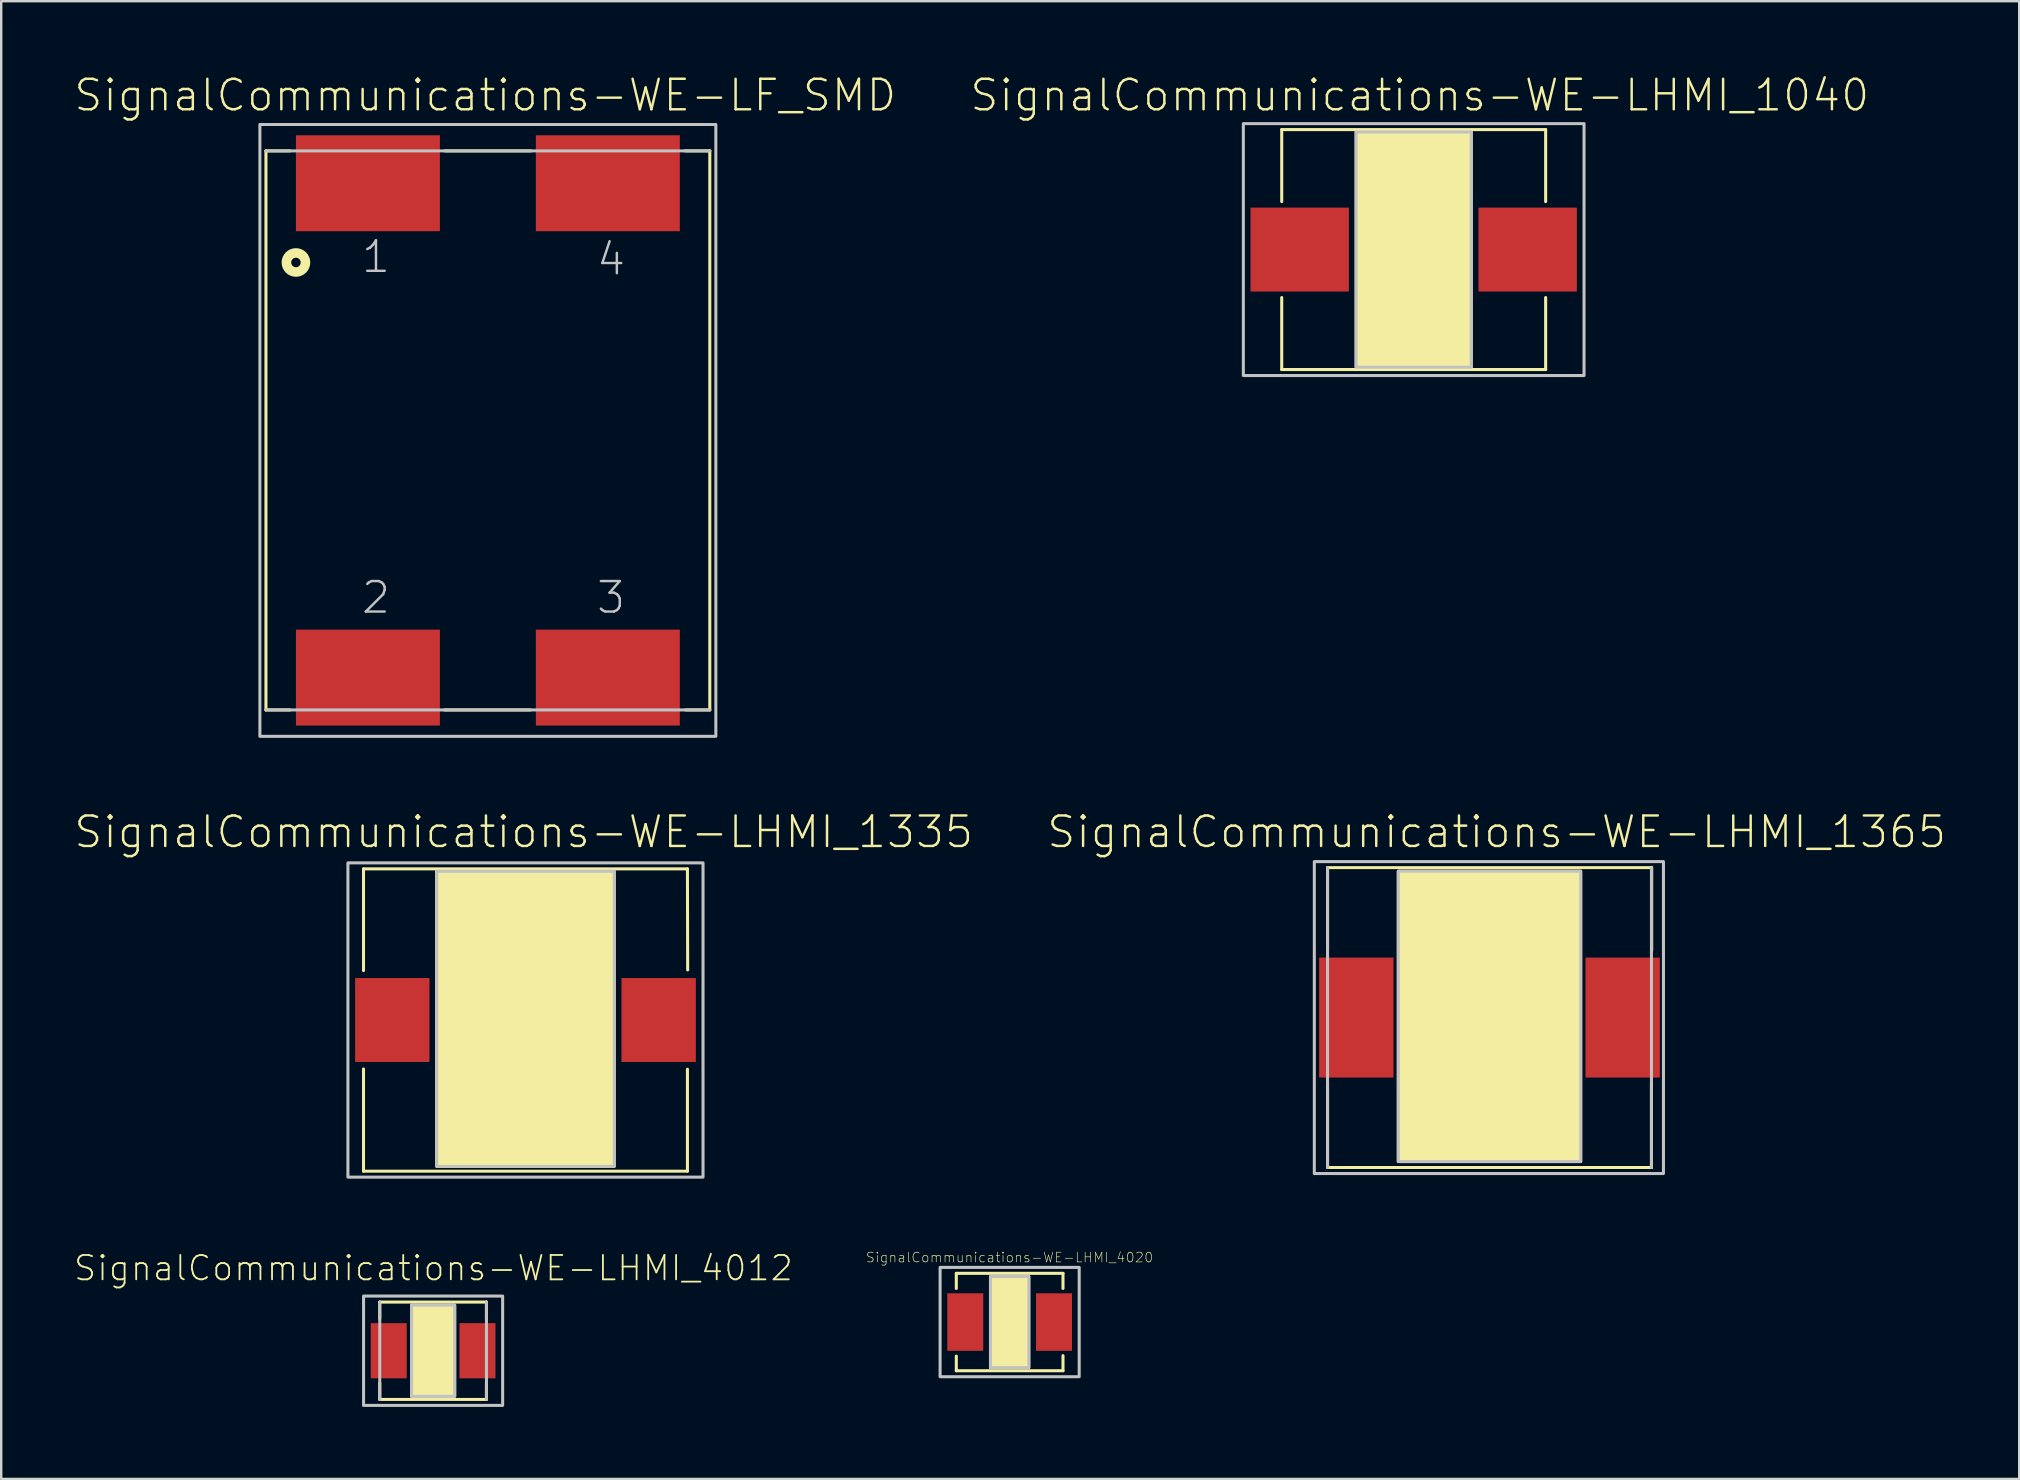
<source format=kicad_pcb>
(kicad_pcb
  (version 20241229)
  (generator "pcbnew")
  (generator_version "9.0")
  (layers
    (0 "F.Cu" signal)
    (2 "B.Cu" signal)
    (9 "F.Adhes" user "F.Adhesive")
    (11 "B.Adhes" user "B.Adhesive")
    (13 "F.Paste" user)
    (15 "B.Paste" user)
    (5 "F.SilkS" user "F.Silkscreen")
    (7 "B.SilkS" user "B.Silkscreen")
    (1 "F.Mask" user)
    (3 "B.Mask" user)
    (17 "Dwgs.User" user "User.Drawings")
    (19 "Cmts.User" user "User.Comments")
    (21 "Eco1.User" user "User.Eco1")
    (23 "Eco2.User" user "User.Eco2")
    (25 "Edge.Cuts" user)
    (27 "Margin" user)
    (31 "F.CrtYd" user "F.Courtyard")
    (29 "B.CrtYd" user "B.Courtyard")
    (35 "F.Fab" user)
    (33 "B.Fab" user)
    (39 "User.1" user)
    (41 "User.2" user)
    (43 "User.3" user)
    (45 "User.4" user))
  (footprint "SignalCommunications-WE-LHMI_1365"
    (layer "F.Cu")
    (at 59.019 39.353)
    (property "Reference" "SignalCommunications-WE-LHMI_1365" (at 0.3 -7.734 0) (layer "F.SilkS") (effects (font (size 1.27 1.27) (thickness 0.102))))
    (attr smd)
    (fp_line (start -6.749 -6.248) (end 6.749 -6.248) (stroke (width 0.127) (type solid)) (layer "F.SilkS"))
    (fp_line (start -6.749 -2.84) (end -6.749 -6.248) (stroke (width 0.127) (type solid)) (layer "F.SilkS"))
    (fp_line (start -6.749 2.728) (end -6.749 6.248) (stroke (width 0.127) (type solid)) (layer "F.SilkS"))
    (fp_line (start 6.749 2.748) (end 6.749 6.248) (stroke (width 0.127) (type solid)) (layer "F.SilkS"))
    (fp_line (start 6.749 6.248) (end -6.749 6.248) (stroke (width 0.127) (type solid)) (layer "F.SilkS"))
    (fp_line (start 6.759 -2.789) (end 6.759 -6.259) (stroke (width 0.127) (type solid)) (layer "F.SilkS"))
    (fp_poly (pts (xy -3.8 -6.099) (xy 3.8 -6.099) (xy 3.8 5.999) (xy -3.8 5.999) (xy -3.8 -6.099)) (stroke (width 0.127) (type solid)) (fill yes) (layer "F.SilkS"))
    (fp_line (start -6.749 6.248) (end -6.749 -6.248) (stroke (width 0.127) (type solid)) (layer "Dwgs.User"))
    (fp_line (start 6.749 -6.248) (end 6.749 6.248) (stroke (width 0.127) (type solid)) (layer "Dwgs.User"))
    (fp_poly (pts (xy -7.3 -6.5) (xy 7.249 -6.5) (xy 7.249 6.5) (xy -7.3 6.5) (xy -7.3 -6.5)) (stroke (width 0.127) (type solid)) (fill no) (layer "Dwgs.User"))
    (fp_poly (pts (xy -3.8 -6.099) (xy 3.8 -6.099) (xy 3.8 5.999) (xy -3.8 5.999) (xy -3.8 -6.099)) (stroke (width 0.127) (type solid)) (fill no) (layer "Dwgs.User"))
    (pad "1" smd rect (at -5.55 0) (size 3.099 4.999) (layers "F.Cu" "F.Mask" "F.Paste"))
    (pad "2" smd rect (at 5.55 0) (size 3.099 4.999) (layers "F.Cu" "F.Mask" "F.Paste")))
  (footprint "SignalCommunications-WE-LHMI_4012"
    (layer "F.Cu")
    (at 14.998 53.237)
    (property "Reference" "SignalCommunications-WE-LHMI_4012" (at 0.013 -3.442 0) (layer "F.SilkS") (effects (font (size 1.016 1.016) (thickness 0.076))))
    (attr smd)
    (fp_line (start -2.223 -1.339) (end -2.223 -2.029) (stroke (width 0.127) (type solid)) (layer "F.SilkS"))
    (fp_line (start -2.223 1.339) (end -2.223 2.029) (stroke (width 0.127) (type solid)) (layer "F.SilkS"))
    (fp_line (start -2.223 2.029) (end 2.223 2.029) (stroke (width 0.127) (type solid)) (layer "F.SilkS"))
    (fp_line (start 2.223 -2.029) (end -2.223 -2.029) (stroke (width 0.127) (type solid)) (layer "F.SilkS"))
    (fp_line (start 2.223 -1.339) (end 2.223 -2.029) (stroke (width 0.127) (type solid)) (layer "F.SilkS"))
    (fp_line (start 2.223 1.339) (end 2.223 2.029) (stroke (width 0.127) (type solid)) (layer "F.SilkS"))
    (fp_poly (pts (xy -0.899 -1.9) (xy 0.899 -1.9) (xy 0.899 1.9) (xy -0.899 1.9) (xy -0.899 -1.9)) (stroke (width 0.127) (type solid)) (fill yes) (layer "F.SilkS"))
    (fp_line (start -2.223 -2.029) (end -2.223 2.029) (stroke (width 0.127) (type solid)) (layer "Dwgs.User"))
    (fp_line (start 2.223 2.029) (end 2.223 -2.029) (stroke (width 0.127) (type solid)) (layer "Dwgs.User"))
    (fp_poly (pts (xy -2.898 -2.278) (xy 2.898 -2.278) (xy 2.898 2.278) (xy -2.898 2.278) (xy -2.898 -2.278)) (stroke (width 0.127) (type solid)) (fill no) (layer "Dwgs.User"))
    (fp_poly (pts (xy -0.899 -1.9) (xy 0.899 -1.9) (xy 0.899 1.9) (xy -0.899 1.9) (xy -0.899 -1.9)) (stroke (width 0.127) (type solid)) (fill no) (layer "Dwgs.User"))
    (pad "1" smd rect (at -1.849 0) (size 1.499 2.299) (layers "F.Cu" "F.Mask" "F.Paste"))
    (pad "2" smd rect (at 1.849 0) (size 1.499 2.299) (layers "F.Cu" "F.Mask" "F.Paste")))
  (footprint "SignalCommunications-WE-LHMI_1040"
    (layer "F.Cu")
    (at 55.86 7.35)
    (property "Reference" "SignalCommunications-WE-LHMI_1040" (at 0.254 -6.429 0) (layer "F.SilkS") (effects (font (size 1.27 1.27) (thickness 0.102))))
    (attr smd)
    (fp_line (start -5.499 -4.999) (end 5.499 -4.999) (stroke (width 0.127) (type solid)) (layer "F.SilkS"))
    (fp_line (start -5.499 -1.999) (end -5.499 -4.999) (stroke (width 0.127) (type solid)) (layer "F.SilkS"))
    (fp_line (start -5.499 1.999) (end -5.499 4.999) (stroke (width 0.127) (type solid)) (layer "F.SilkS"))
    (fp_line (start -5.499 4.999) (end 5.499 4.999) (stroke (width 0.127) (type solid)) (layer "F.SilkS"))
    (fp_line (start 5.499 -4.999) (end 5.499 -1.999) (stroke (width 0.127) (type solid)) (layer "F.SilkS"))
    (fp_line (start 5.499 4.999) (end 5.499 1.999) (stroke (width 0.127) (type solid)) (layer "F.SilkS"))
    (fp_poly (pts (xy -2.398 -4.9) (xy 2.398 -4.9) (xy 2.398 4.9) (xy -2.398 4.9) (xy -2.398 -4.9)) (stroke (width 0.127) (type solid)) (fill yes) (layer "F.SilkS"))
    (fp_poly (pts (xy -7.099 -5.248) (xy 7.099 -5.248) (xy 7.099 5.248) (xy -7.099 5.248) (xy -7.099 -5.248)) (stroke (width 0.127) (type solid)) (fill no) (layer "Dwgs.User"))
    (fp_poly (pts (xy -2.398 -4.9) (xy 2.398 -4.9) (xy 2.398 4.9) (xy -2.398 4.9) (xy -2.398 -4.9)) (stroke (width 0.127) (type solid)) (fill no) (layer "Dwgs.User"))
    (pad "1" smd rect (at -4.75 0) (size 4.1 3.498) (layers "F.Cu" "F.Mask" "F.Paste"))
    (pad "2" smd rect (at 4.75 0) (size 4.1 3.498) (layers "F.Cu" "F.Mask" "F.Paste")))
  (footprint "SignalCommunications-WE-LF_SMD"
    (layer "F.Cu")
    (at 17.28 14.886)
    (property "Reference" "SignalCommunications-WE-LF_SMD" (at -0.109 -13.965 0) (layer "F.SilkS") (effects (font (size 1.27 1.27) (thickness 0.102))))
    (attr smd)
    (fp_line (start -9.248 -11.648) (end -9.248 11.648) (stroke (width 0.127) (type solid)) (layer "F.SilkS"))
    (fp_line (start -8.24 -11.648) (end -9.248 -11.648) (stroke (width 0.127) (type solid)) (layer "F.SilkS"))
    (fp_line (start -8.24 11.648) (end -9.248 11.648) (stroke (width 0.127) (type solid)) (layer "F.SilkS"))
    (fp_line (start -1.808 11.648) (end 1.778 11.648) (stroke (width 0.127) (type solid)) (layer "F.SilkS"))
    (fp_line (start -1.788 -11.648) (end 1.798 -11.648) (stroke (width 0.127) (type solid)) (layer "F.SilkS"))
    (fp_line (start 8.219 -11.648) (end 9.248 -11.648) (stroke (width 0.127) (type solid)) (layer "F.SilkS"))
    (fp_line (start 8.24 11.648) (end 9.248 11.648) (stroke (width 0.127) (type solid)) (layer "F.SilkS"))
    (fp_line (start 9.248 -11.648) (end 9.248 11.648) (stroke (width 0.127) (type solid)) (layer "F.SilkS"))
    (fp_circle (center -7.998 -6.998) (end -7.998 -7.196) (stroke (width 0.399) (type solid)) (fill no) (layer "F.SilkS"))
    (fp_line (start 9.248 -11.648) (end -9.248 -11.648) (stroke (width 0.127) (type solid)) (layer "Dwgs.User"))
    (fp_line (start 9.248 11.648) (end -9.248 11.648) (stroke (width 0.127) (type solid)) (layer "Dwgs.User"))
    (fp_poly (pts (xy -9.5 -12.748) (xy 9.5 -12.748) (xy 9.5 12.748) (xy -9.5 12.748) (xy -9.5 -12.748)) (stroke (width 0.127) (type solid)) (fill no) (layer "Dwgs.User"))
    (fp_text user "2" (at -4.663 6.965 0) (layer "Dwgs.User") (effects (font (size 1.27 1.27) (thickness 0.102))))
    (fp_text user "3" (at 5.133 6.965 0) (layer "Dwgs.User") (effects (font (size 1.27 1.27) (thickness 0.102))))
    (fp_text user "1" (at -4.663 -7.234 0) (layer "Dwgs.User") (effects (font (size 1.27 1.27) (thickness 0.102))))
    (fp_text user "4" (at 5.133 -7.135 0) (layer "Dwgs.User") (effects (font (size 1.27 1.27) (thickness 0.102))))
    (pad "1" smd rect (at -4.999 -10.3 270) (size 3.998 5.999) (layers "F.Cu" "F.Mask" "F.Paste"))
    (pad "2" smd rect (at -4.999 10.3 270) (size 3.998 5.999) (layers "F.Cu" "F.Mask" "F.Paste"))
    (pad "3" smd rect (at 4.999 10.3 270) (size 3.998 5.999) (layers "F.Cu" "F.Mask" "F.Paste"))
    (pad "4" smd rect (at 4.999 -10.3 270) (size 3.998 5.999) (layers "F.Cu" "F.Mask" "F.Paste")))
  (footprint "SignalCommunications-WE-LHMI_4020"
    (layer "F.Cu")
    (at 39.023 52.041)
    (property "Reference" "SignalCommunications-WE-LHMI_4020" (at -0.005 -2.692 0) (layer "F.SilkS") (effects (font (size 0.406 0.406) (thickness 0.025))))
    (attr smd)
    (fp_line (start -2.223 -2.029) (end 2.223 -2.029) (stroke (width 0.127) (type solid)) (layer "F.SilkS"))
    (fp_line (start -2.223 -1.4) (end -2.223 -2.029) (stroke (width 0.127) (type solid)) (layer "F.SilkS"))
    (fp_line (start -2.223 1.42) (end -2.223 2.029) (stroke (width 0.127) (type solid)) (layer "F.SilkS"))
    (fp_line (start -2.223 2.029) (end 2.223 2.029) (stroke (width 0.127) (type solid)) (layer "F.SilkS"))
    (fp_line (start 2.223 -2.029) (end 2.223 -1.4) (stroke (width 0.127) (type solid)) (layer "F.SilkS"))
    (fp_line (start 2.223 2.029) (end 2.223 1.4) (stroke (width 0.127) (type solid)) (layer "F.SilkS"))
    (fp_poly (pts (xy -0.798 -1.9) (xy 0.798 -1.9) (xy 0.798 1.9) (xy -0.798 1.9) (xy -0.798 -1.9)) (stroke (width 0.127) (type solid)) (fill yes) (layer "F.SilkS"))
    (fp_poly (pts (xy -2.898 -2.278) (xy 2.898 -2.278) (xy 2.898 2.278) (xy -2.898 2.278) (xy -2.898 -2.278)) (stroke (width 0.127) (type solid)) (fill no) (layer "Dwgs.User"))
    (fp_poly (pts (xy -0.798 -1.9) (xy 0.798 -1.9) (xy 0.798 1.9) (xy -0.798 1.9) (xy -0.798 -1.9)) (stroke (width 0.127) (type solid)) (fill no) (layer "Dwgs.User"))
    (pad "1" smd rect (at -1.849 0) (size 1.499 2.398) (layers "F.Cu" "F.Mask" "F.Paste"))
    (pad "2" smd rect (at 1.849 0) (size 1.499 2.398) (layers "F.Cu" "F.Mask" "F.Paste")))
  (footprint "SignalCommunications-WE-LHMI_1335"
    (layer "F.Cu")
    (at 18.847 39.455)
    (property "Reference" "SignalCommunications-WE-LHMI_1335" (at -0.074 -7.836 0) (layer "F.SilkS") (effects (font (size 1.27 1.27) (thickness 0.102))))
    (attr smd)
    (fp_line (start -6.749 -6.299) (end 6.749 -6.299) (stroke (width 0.127) (type solid)) (layer "F.SilkS"))
    (fp_line (start -6.749 -2.06) (end -6.749 -6.299) (stroke (width 0.127) (type solid)) (layer "F.SilkS"))
    (fp_line (start -6.749 2.04) (end -6.749 6.299) (stroke (width 0.127) (type solid)) (layer "F.SilkS"))
    (fp_line (start -6.749 6.299) (end 6.749 6.299) (stroke (width 0.127) (type solid)) (layer "F.SilkS"))
    (fp_line (start 6.749 -6.299) (end 6.759 -2.088) (stroke (width 0.127) (type solid)) (layer "F.SilkS"))
    (fp_line (start 6.749 6.299) (end 6.749 2.05) (stroke (width 0.127) (type solid)) (layer "F.SilkS"))
    (fp_poly (pts (xy -3.698 -6.198) (xy 3.698 -6.198) (xy 3.698 6.099) (xy -3.698 6.099) (xy -3.698 -6.198)) (stroke (width 0.127) (type solid)) (fill yes) (layer "F.SilkS"))
    (fp_poly (pts (xy -7.399 -6.548) (xy 7.399 -6.548) (xy 7.399 6.548) (xy -7.399 6.548) (xy -7.399 -6.548)) (stroke (width 0.127) (type solid)) (fill no) (layer "Dwgs.User"))
    (fp_poly (pts (xy -3.698 -6.198) (xy 3.698 -6.198) (xy 3.698 6.099) (xy -3.698 6.099) (xy -3.698 -6.198)) (stroke (width 0.127) (type solid)) (fill no) (layer "Dwgs.User"))
    (pad "1" smd rect (at -5.55 0) (size 3.099 3.498) (layers "F.Cu" "F.Mask" "F.Paste"))
    (pad "2" smd rect (at 5.55 0) (size 3.099 3.498) (layers "F.Cu" "F.Mask" "F.Paste")))
  (gr_rect
    (start -3 -3)
    (end 81.092 58.578)
    (stroke (width 0.1) (type default))
    (fill no)
    (layer "Edge.Cuts")))
</source>
